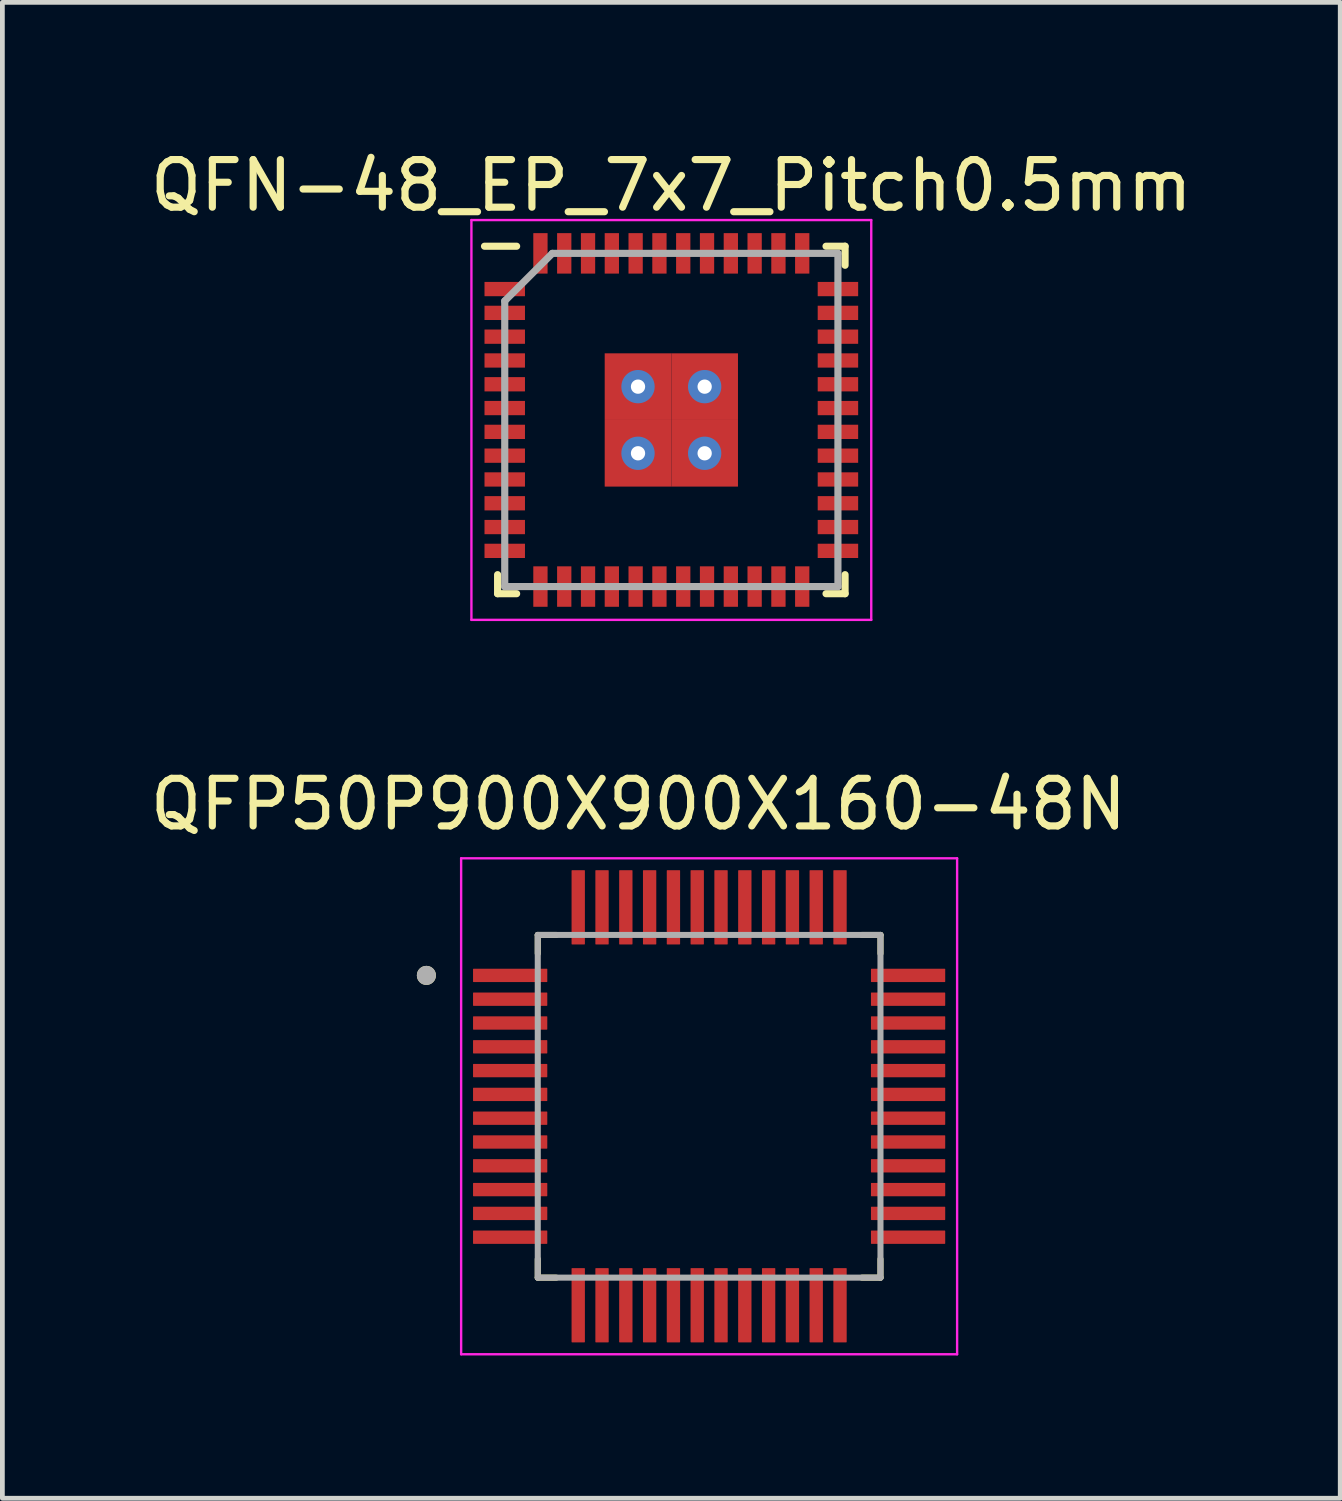
<source format=kicad_pcb>
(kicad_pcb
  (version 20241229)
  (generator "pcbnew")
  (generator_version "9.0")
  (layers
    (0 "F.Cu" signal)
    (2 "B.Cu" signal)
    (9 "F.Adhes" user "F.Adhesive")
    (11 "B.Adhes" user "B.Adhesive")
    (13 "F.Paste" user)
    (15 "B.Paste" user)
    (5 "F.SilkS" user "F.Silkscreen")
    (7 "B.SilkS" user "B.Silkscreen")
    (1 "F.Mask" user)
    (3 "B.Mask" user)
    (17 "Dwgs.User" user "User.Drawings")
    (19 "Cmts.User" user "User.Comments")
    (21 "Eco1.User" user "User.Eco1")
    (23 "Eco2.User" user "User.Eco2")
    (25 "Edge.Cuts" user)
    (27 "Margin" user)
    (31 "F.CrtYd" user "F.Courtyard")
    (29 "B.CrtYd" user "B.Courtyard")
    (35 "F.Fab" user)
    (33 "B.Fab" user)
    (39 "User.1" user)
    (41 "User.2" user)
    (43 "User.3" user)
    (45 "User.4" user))
  (footprint "QFP50P900X900X160-48N"
    (layer "F.Cu")
    (at 11.848 20.192)
    (property "Reference" "QFP50P900X900X160-48N" (at -1.485 -6.345 0) (layer "F.SilkS") (effects (font (size 1 1) (thickness 0.15))))
    (attr through_hole)
    (fp_line (start -3.6 -3.6) (end -3.6 -3.21) (stroke (width 0.127) (type solid)) (layer "F.SilkS"))
    (fp_line (start -3.6 -3.6) (end -3.21 -3.6) (stroke (width 0.127) (type solid)) (layer "F.SilkS"))
    (fp_line (start -3.6 3.6) (end -3.6 3.21) (stroke (width 0.127) (type solid)) (layer "F.SilkS"))
    (fp_line (start -3.6 3.6) (end -3.21 3.6) (stroke (width 0.127) (type solid)) (layer "F.SilkS"))
    (fp_line (start 3.6 -3.6) (end 3.21 -3.6) (stroke (width 0.127) (type solid)) (layer "F.SilkS"))
    (fp_line (start 3.6 -3.6) (end 3.6 -3.21) (stroke (width 0.127) (type solid)) (layer "F.SilkS"))
    (fp_line (start 3.6 3.6) (end 3.21 3.6) (stroke (width 0.127) (type solid)) (layer "F.SilkS"))
    (fp_line (start 3.6 3.6) (end 3.6 3.21) (stroke (width 0.127) (type solid)) (layer "F.SilkS"))
    (fp_circle (center -5.94 -2.75) (end -5.84 -2.75) (stroke (width 0.2) (type solid)) (fill no) (layer "F.SilkS"))
    (fp_line (start -5.21 -5.21) (end 5.21 -5.21) (stroke (width 0.05) (type solid)) (layer "F.CrtYd"))
    (fp_line (start -5.21 5.21) (end -5.21 -5.21) (stroke (width 0.05) (type solid)) (layer "F.CrtYd"))
    (fp_line (start -5.21 5.21) (end 5.21 5.21) (stroke (width 0.05) (type solid)) (layer "F.CrtYd"))
    (fp_line (start 5.21 5.21) (end 5.21 -5.21) (stroke (width 0.05) (type solid)) (layer "F.CrtYd"))
    (fp_line (start -3.6 3.6) (end -3.6 -3.6) (stroke (width 0.127) (type solid)) (layer "F.Fab"))
    (fp_line (start 3.6 -3.6) (end -3.6 -3.6) (stroke (width 0.127) (type solid)) (layer "F.Fab"))
    (fp_line (start 3.6 3.6) (end -3.6 3.6) (stroke (width 0.127) (type solid)) (layer "F.Fab"))
    (fp_line (start 3.6 3.6) (end 3.6 -3.6) (stroke (width 0.127) (type solid)) (layer "F.Fab"))
    (fp_circle (center -5.94 -2.75) (end -5.84 -2.75) (stroke (width 0.2) (type solid)) (fill no) (layer "F.Fab"))
    (pad "1" smd roundrect (at -4.18 -2.75) (size 1.56 0.28) (layers "F.Cu" "F.Mask" "F.Paste") (roundrect_rratio 0.04))
    (pad "2" smd roundrect (at -4.18 -2.25) (size 1.56 0.28) (layers "F.Cu" "F.Mask" "F.Paste") (roundrect_rratio 0.04))
    (pad "3" smd roundrect (at -4.18 -1.75) (size 1.56 0.28) (layers "F.Cu" "F.Mask" "F.Paste") (roundrect_rratio 0.04))
    (pad "4" smd roundrect (at -4.18 -1.25) (size 1.56 0.28) (layers "F.Cu" "F.Mask" "F.Paste") (roundrect_rratio 0.04))
    (pad "5" smd roundrect (at -4.18 -0.75) (size 1.56 0.28) (layers "F.Cu" "F.Mask" "F.Paste") (roundrect_rratio 0.04))
    (pad "6" smd roundrect (at -4.18 -0.25) (size 1.56 0.28) (layers "F.Cu" "F.Mask" "F.Paste") (roundrect_rratio 0.04))
    (pad "7" smd roundrect (at -4.18 0.25) (size 1.56 0.28) (layers "F.Cu" "F.Mask" "F.Paste") (roundrect_rratio 0.04))
    (pad "8" smd roundrect (at -4.18 0.75) (size 1.56 0.28) (layers "F.Cu" "F.Mask" "F.Paste") (roundrect_rratio 0.04))
    (pad "9" smd roundrect (at -4.18 1.25) (size 1.56 0.28) (layers "F.Cu" "F.Mask" "F.Paste") (roundrect_rratio 0.04))
    (pad "10" smd roundrect (at -4.18 1.75) (size 1.56 0.28) (layers "F.Cu" "F.Mask" "F.Paste") (roundrect_rratio 0.04))
    (pad "11" smd roundrect (at -4.18 2.25) (size 1.56 0.28) (layers "F.Cu" "F.Mask" "F.Paste") (roundrect_rratio 0.04))
    (pad "12" smd roundrect (at -4.18 2.75) (size 1.56 0.28) (layers "F.Cu" "F.Mask" "F.Paste") (roundrect_rratio 0.04))
    (pad "13" smd roundrect (at -2.75 4.18 90) (size 1.56 0.28) (layers "F.Cu" "F.Mask" "F.Paste") (roundrect_rratio 0.04))
    (pad "14" smd roundrect (at -2.25 4.18 90) (size 1.56 0.28) (layers "F.Cu" "F.Mask" "F.Paste") (roundrect_rratio 0.04))
    (pad "15" smd roundrect (at -1.75 4.18 90) (size 1.56 0.28) (layers "F.Cu" "F.Mask" "F.Paste") (roundrect_rratio 0.04))
    (pad "16" smd roundrect (at -1.25 4.18 90) (size 1.56 0.28) (layers "F.Cu" "F.Mask" "F.Paste") (roundrect_rratio 0.04))
    (pad "17" smd roundrect (at -0.75 4.18 90) (size 1.56 0.28) (layers "F.Cu" "F.Mask" "F.Paste") (roundrect_rratio 0.04))
    (pad "18" smd roundrect (at -0.25 4.18 90) (size 1.56 0.28) (layers "F.Cu" "F.Mask" "F.Paste") (roundrect_rratio 0.04))
    (pad "19" smd roundrect (at 0.25 4.18 90) (size 1.56 0.28) (layers "F.Cu" "F.Mask" "F.Paste") (roundrect_rratio 0.04))
    (pad "20" smd roundrect (at 0.75 4.18 90) (size 1.56 0.28) (layers "F.Cu" "F.Mask" "F.Paste") (roundrect_rratio 0.04))
    (pad "21" smd roundrect (at 1.25 4.18 90) (size 1.56 0.28) (layers "F.Cu" "F.Mask" "F.Paste") (roundrect_rratio 0.04))
    (pad "22" smd roundrect (at 1.75 4.18 90) (size 1.56 0.28) (layers "F.Cu" "F.Mask" "F.Paste") (roundrect_rratio 0.04))
    (pad "23" smd roundrect (at 2.25 4.18 90) (size 1.56 0.28) (layers "F.Cu" "F.Mask" "F.Paste") (roundrect_rratio 0.04))
    (pad "24" smd roundrect (at 2.75 4.18 90) (size 1.56 0.28) (layers "F.Cu" "F.Mask" "F.Paste") (roundrect_rratio 0.04))
    (pad "25" smd roundrect (at 4.18 2.75) (size 1.56 0.28) (layers "F.Cu" "F.Mask" "F.Paste") (roundrect_rratio 0.04))
    (pad "26" smd roundrect (at 4.18 2.25) (size 1.56 0.28) (layers "F.Cu" "F.Mask" "F.Paste") (roundrect_rratio 0.04))
    (pad "27" smd roundrect (at 4.18 1.75) (size 1.56 0.28) (layers "F.Cu" "F.Mask" "F.Paste") (roundrect_rratio 0.04))
    (pad "28" smd roundrect (at 4.18 1.25) (size 1.56 0.28) (layers "F.Cu" "F.Mask" "F.Paste") (roundrect_rratio 0.04))
    (pad "29" smd roundrect (at 4.18 0.75) (size 1.56 0.28) (layers "F.Cu" "F.Mask" "F.Paste") (roundrect_rratio 0.04))
    (pad "30" smd roundrect (at 4.18 0.25) (size 1.56 0.28) (layers "F.Cu" "F.Mask" "F.Paste") (roundrect_rratio 0.04))
    (pad "31" smd roundrect (at 4.18 -0.25) (size 1.56 0.28) (layers "F.Cu" "F.Mask" "F.Paste") (roundrect_rratio 0.04))
    (pad "32" smd roundrect (at 4.18 -0.75) (size 1.56 0.28) (layers "F.Cu" "F.Mask" "F.Paste") (roundrect_rratio 0.04))
    (pad "33" smd roundrect (at 4.18 -1.25) (size 1.56 0.28) (layers "F.Cu" "F.Mask" "F.Paste") (roundrect_rratio 0.04))
    (pad "34" smd roundrect (at 4.18 -1.75) (size 1.56 0.28) (layers "F.Cu" "F.Mask" "F.Paste") (roundrect_rratio 0.04))
    (pad "35" smd roundrect (at 4.18 -2.25) (size 1.56 0.28) (layers "F.Cu" "F.Mask" "F.Paste") (roundrect_rratio 0.04))
    (pad "36" smd roundrect (at 4.18 -2.75) (size 1.56 0.28) (layers "F.Cu" "F.Mask" "F.Paste") (roundrect_rratio 0.04))
    (pad "37" smd roundrect (at 2.75 -4.18 90) (size 1.56 0.28) (layers "F.Cu" "F.Mask" "F.Paste") (roundrect_rratio 0.04))
    (pad "38" smd roundrect (at 2.25 -4.18 90) (size 1.56 0.28) (layers "F.Cu" "F.Mask" "F.Paste") (roundrect_rratio 0.04))
    (pad "39" smd roundrect (at 1.75 -4.18 90) (size 1.56 0.28) (layers "F.Cu" "F.Mask" "F.Paste") (roundrect_rratio 0.04))
    (pad "40" smd roundrect (at 1.25 -4.18 90) (size 1.56 0.28) (layers "F.Cu" "F.Mask" "F.Paste") (roundrect_rratio 0.04))
    (pad "41" smd roundrect (at 0.75 -4.18 90) (size 1.56 0.28) (layers "F.Cu" "F.Mask" "F.Paste") (roundrect_rratio 0.04))
    (pad "42" smd roundrect (at 0.25 -4.18 90) (size 1.56 0.28) (layers "F.Cu" "F.Mask" "F.Paste") (roundrect_rratio 0.04))
    (pad "43" smd roundrect (at -0.25 -4.18 90) (size 1.56 0.28) (layers "F.Cu" "F.Mask" "F.Paste") (roundrect_rratio 0.04))
    (pad "44" smd roundrect (at -0.75 -4.18 90) (size 1.56 0.28) (layers "F.Cu" "F.Mask" "F.Paste") (roundrect_rratio 0.04))
    (pad "45" smd roundrect (at -1.25 -4.18 90) (size 1.56 0.28) (layers "F.Cu" "F.Mask" "F.Paste") (roundrect_rratio 0.04))
    (pad "46" smd roundrect (at -1.75 -4.18 90) (size 1.56 0.28) (layers "F.Cu" "F.Mask" "F.Paste") (roundrect_rratio 0.04))
    (pad "47" smd roundrect (at -2.25 -4.18 90) (size 1.56 0.28) (layers "F.Cu" "F.Mask" "F.Paste") (roundrect_rratio 0.04))
    (pad "48" smd roundrect (at -2.75 -4.18 90) (size 1.56 0.28) (layers "F.Cu" "F.Mask" "F.Paste") (roundrect_rratio 0.04)))
  (footprint "QFN-48_EP_7x7_Pitch0.5mm"
    (layer "F.Cu")
    (at 11.054 5.773)
    (property "Reference" "QFN-48_EP_7x7_Pitch0.5mm" (at 0 -4.925 0) (layer "F.SilkS") (effects (font (size 1 1) (thickness 0.15))))
    (attr smd)
    (fp_line (start -3.65 3.65) (end -3.65 3.25) (stroke (width 0.15) (type solid)) (layer "F.SilkS"))
    (fp_line (start -3.25 -3.65) (end -3.925 -3.65) (stroke (width 0.15) (type solid)) (layer "F.SilkS"))
    (fp_line (start -3.25 3.65) (end -3.65 3.65) (stroke (width 0.15) (type solid)) (layer "F.SilkS"))
    (fp_line (start 3.25 -3.65) (end 3.65 -3.65) (stroke (width 0.15) (type solid)) (layer "F.SilkS"))
    (fp_line (start 3.25 3.65) (end 3.65 3.65) (stroke (width 0.15) (type solid)) (layer "F.SilkS"))
    (fp_line (start 3.65 -3.65) (end 3.65 -3.25) (stroke (width 0.15) (type solid)) (layer "F.SilkS"))
    (fp_line (start 3.65 3.65) (end 3.65 3.25) (stroke (width 0.15) (type solid)) (layer "F.SilkS"))
    (fp_line (start -4.2 -4.2) (end 4.2 -4.2) (stroke (width 0.05) (type solid)) (layer "F.CrtYd"))
    (fp_line (start -4.2 4.2) (end -4.2 -4.2) (stroke (width 0.05) (type solid)) (layer "F.CrtYd"))
    (fp_line (start 4.2 -4.2) (end 4.2 4.2) (stroke (width 0.05) (type solid)) (layer "F.CrtYd"))
    (fp_line (start 4.2 4.2) (end -4.2 4.2) (stroke (width 0.05) (type solid)) (layer "F.CrtYd"))
    (fp_line (start -3.5 -2.5) (end -3.5 3.5) (stroke (width 0.15) (type solid)) (layer "F.Fab"))
    (fp_line (start -3.5 3.5) (end 3.5 3.5) (stroke (width 0.15) (type solid)) (layer "F.Fab"))
    (fp_line (start -2.5 -3.5) (end -3.5 -2.5) (stroke (width 0.15) (type solid)) (layer "F.Fab"))
    (fp_line (start 3.5 -3.5) (end -2.5 -3.5) (stroke (width 0.15) (type solid)) (layer "F.Fab"))
    (fp_line (start 3.5 3.5) (end 3.5 -3.5) (stroke (width 0.15) (type solid)) (layer "F.Fab"))
    (pad "1" smd rect (at -3.5 -2.75 90) (size 0.3 0.85) (layers "F.Cu" "F.Mask" "F.Paste"))
    (pad "2" smd rect (at -3.5 -2.25 90) (size 0.3 0.85) (layers "F.Cu" "F.Mask" "F.Paste"))
    (pad "3" smd rect (at -3.5 -1.75 90) (size 0.3 0.85) (layers "F.Cu" "F.Mask" "F.Paste"))
    (pad "4" smd rect (at -3.5 -1.25 90) (size 0.3 0.85) (layers "F.Cu" "F.Mask" "F.Paste"))
    (pad "5" smd rect (at -3.5 -0.75 90) (size 0.3 0.85) (layers "F.Cu" "F.Mask" "F.Paste"))
    (pad "6" smd rect (at -3.5 -0.25 90) (size 0.3 0.85) (layers "F.Cu" "F.Mask" "F.Paste"))
    (pad "7" smd rect (at -3.5 0.25 90) (size 0.3 0.85) (layers "F.Cu" "F.Mask" "F.Paste"))
    (pad "8" smd rect (at -3.5 0.75 90) (size 0.3 0.85) (layers "F.Cu" "F.Mask" "F.Paste"))
    (pad "9" smd rect (at -3.5 1.25 90) (size 0.3 0.85) (layers "F.Cu" "F.Mask" "F.Paste"))
    (pad "10" smd rect (at -3.5 1.75 90) (size 0.3 0.85) (layers "F.Cu" "F.Mask" "F.Paste"))
    (pad "11" smd rect (at -3.5 2.25 90) (size 0.3 0.85) (layers "F.Cu" "F.Mask" "F.Paste"))
    (pad "12" smd rect (at -3.5 2.75 90) (size 0.3 0.85) (layers "F.Cu" "F.Mask" "F.Paste"))
    (pad "13" smd rect (at -2.75 3.5) (size 0.3 0.85) (layers "F.Cu" "F.Mask" "F.Paste"))
    (pad "14" smd rect (at -2.25 3.5) (size 0.3 0.85) (layers "F.Cu" "F.Mask" "F.Paste"))
    (pad "15" smd rect (at -1.75 3.5) (size 0.3 0.85) (layers "F.Cu" "F.Mask" "F.Paste"))
    (pad "16" smd rect (at -1.25 3.5) (size 0.3 0.85) (layers "F.Cu" "F.Mask" "F.Paste"))
    (pad "17" smd rect (at -0.75 3.5) (size 0.3 0.85) (layers "F.Cu" "F.Mask" "F.Paste"))
    (pad "18" smd rect (at -0.25 3.5) (size 0.3 0.85) (layers "F.Cu" "F.Mask" "F.Paste"))
    (pad "19" smd rect (at 0.25 3.5) (size 0.3 0.85) (layers "F.Cu" "F.Mask" "F.Paste"))
    (pad "20" smd rect (at 0.75 3.5) (size 0.3 0.85) (layers "F.Cu" "F.Mask" "F.Paste"))
    (pad "21" smd rect (at 1.25 3.5) (size 0.3 0.85) (layers "F.Cu" "F.Mask" "F.Paste"))
    (pad "22" smd rect (at 1.75 3.5) (size 0.3 0.85) (layers "F.Cu" "F.Mask" "F.Paste"))
    (pad "23" smd rect (at 2.25 3.5) (size 0.3 0.85) (layers "F.Cu" "F.Mask" "F.Paste"))
    (pad "24" smd rect (at 2.75 3.5) (size 0.3 0.85) (layers "F.Cu" "F.Mask" "F.Paste"))
    (pad "25" smd rect (at 3.5 2.75 90) (size 0.3 0.85) (layers "F.Cu" "F.Mask" "F.Paste"))
    (pad "26" smd rect (at 3.5 2.25 90) (size 0.3 0.85) (layers "F.Cu" "F.Mask" "F.Paste"))
    (pad "27" smd rect (at 3.5 1.75 90) (size 0.3 0.85) (layers "F.Cu" "F.Mask" "F.Paste"))
    (pad "28" smd rect (at 3.5 1.25 90) (size 0.3 0.85) (layers "F.Cu" "F.Mask" "F.Paste"))
    (pad "29" smd rect (at 3.5 0.75 90) (size 0.3 0.85) (layers "F.Cu" "F.Mask" "F.Paste"))
    (pad "30" smd rect (at 3.5 0.25 90) (size 0.3 0.85) (layers "F.Cu" "F.Mask" "F.Paste"))
    (pad "31" smd rect (at 3.5 -0.25 90) (size 0.3 0.85) (layers "F.Cu" "F.Mask" "F.Paste"))
    (pad "32" smd rect (at 3.5 -0.75 90) (size 0.3 0.85) (layers "F.Cu" "F.Mask" "F.Paste"))
    (pad "33" smd rect (at 3.5 -1.25 90) (size 0.3 0.85) (layers "F.Cu" "F.Mask" "F.Paste"))
    (pad "34" smd rect (at 3.5 -1.75 90) (size 0.3 0.85) (layers "F.Cu" "F.Mask" "F.Paste"))
    (pad "35" smd rect (at 3.5 -2.25 90) (size 0.3 0.85) (layers "F.Cu" "F.Mask" "F.Paste"))
    (pad "36" smd rect (at 3.5 -2.75 90) (size 0.3 0.85) (layers "F.Cu" "F.Mask" "F.Paste"))
    (pad "37" smd rect (at 2.75 -3.5) (size 0.3 0.85) (layers "F.Cu" "F.Mask" "F.Paste"))
    (pad "38" smd rect (at 2.25 -3.5) (size 0.3 0.85) (layers "F.Cu" "F.Mask" "F.Paste"))
    (pad "39" smd rect (at 1.75 -3.5) (size 0.3 0.85) (layers "F.Cu" "F.Mask" "F.Paste"))
    (pad "40" smd rect (at 1.25 -3.5) (size 0.3 0.85) (layers "F.Cu" "F.Mask" "F.Paste"))
    (pad "41" smd rect (at 0.75 -3.5) (size 0.3 0.85) (layers "F.Cu" "F.Mask" "F.Paste"))
    (pad "42" smd rect (at 0.25 -3.5) (size 0.3 0.85) (layers "F.Cu" "F.Mask" "F.Paste"))
    (pad "43" smd rect (at -0.25 -3.5) (size 0.3 0.85) (layers "F.Cu" "F.Mask" "F.Paste"))
    (pad "44" smd rect (at -0.75 -3.5) (size 0.3 0.85) (layers "F.Cu" "F.Mask" "F.Paste"))
    (pad "45" smd rect (at -1.25 -3.5) (size 0.3 0.85) (layers "F.Cu" "F.Mask" "F.Paste"))
    (pad "46" smd rect (at -1.75 -3.5) (size 0.3 0.85) (layers "F.Cu" "F.Mask" "F.Paste"))
    (pad "47" smd rect (at -2.25 -3.5) (size 0.3 0.85) (layers "F.Cu" "F.Mask" "F.Paste"))
    (pad "48" smd rect (at -2.75 -3.5) (size 0.3 0.85) (layers "F.Cu" "F.Mask" "F.Paste"))
    (pad "49" thru_hole circle (at -0.7 -0.7) (size 0.7 0.7) (drill 0.3) (layers "*.Cu" "*.Mask"))
    (pad "49" smd rect (at -0.7 -0.7) (size 1.4 1.4) (layers "F.Cu" "F.Mask" "F.Paste"))
    (pad "49" thru_hole circle (at -0.7 0.7) (size 0.7 0.7) (drill 0.3) (layers "*.Cu" "*.Mask"))
    (pad "49" smd rect (at -0.7 0.7) (size 1.4 1.4) (layers "F.Cu" "F.Mask" "F.Paste"))
    (pad "49" thru_hole circle (at 0.7 -0.7) (size 0.7 0.7) (drill 0.3) (layers "*.Cu" "*.Mask"))
    (pad "49" smd rect (at 0.7 -0.7) (size 1.4 1.4) (layers "F.Cu" "F.Mask" "F.Paste"))
    (pad "49" thru_hole circle (at 0.7 0.7) (size 0.7 0.7) (drill 0.3) (layers "*.Cu" "*.Mask"))
    (pad "49" smd rect (at 0.7 0.7) (size 1.4 1.4) (layers "F.Cu" "F.Mask" "F.Paste")))
  (gr_rect
    (start -3 -3)
    (end 25.107 28.427)
    (stroke (width 0.1) (type default))
    (fill no)
    (layer "Edge.Cuts")))
</source>
